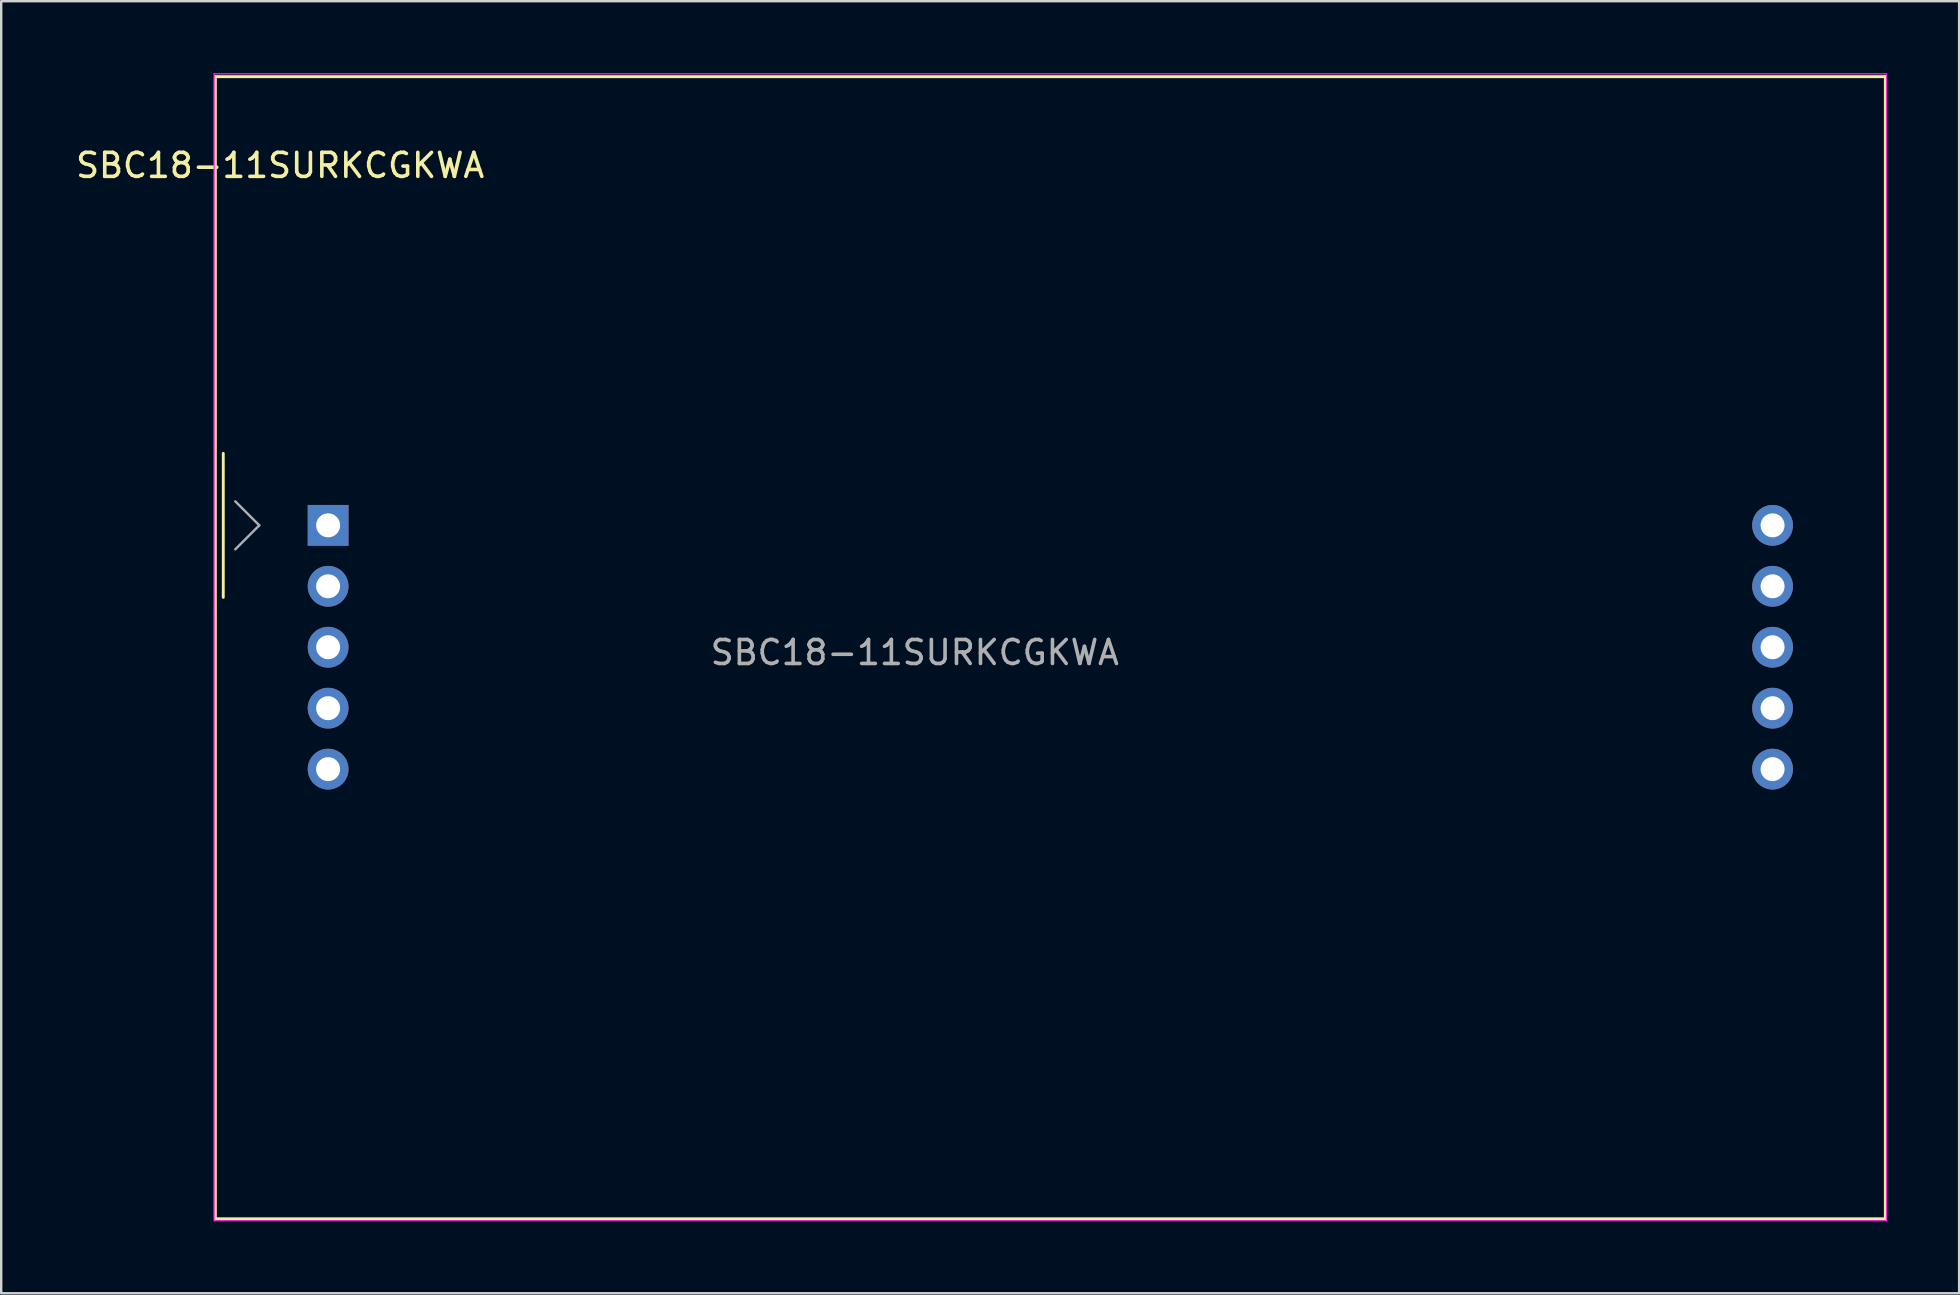
<source format=kicad_pcb>
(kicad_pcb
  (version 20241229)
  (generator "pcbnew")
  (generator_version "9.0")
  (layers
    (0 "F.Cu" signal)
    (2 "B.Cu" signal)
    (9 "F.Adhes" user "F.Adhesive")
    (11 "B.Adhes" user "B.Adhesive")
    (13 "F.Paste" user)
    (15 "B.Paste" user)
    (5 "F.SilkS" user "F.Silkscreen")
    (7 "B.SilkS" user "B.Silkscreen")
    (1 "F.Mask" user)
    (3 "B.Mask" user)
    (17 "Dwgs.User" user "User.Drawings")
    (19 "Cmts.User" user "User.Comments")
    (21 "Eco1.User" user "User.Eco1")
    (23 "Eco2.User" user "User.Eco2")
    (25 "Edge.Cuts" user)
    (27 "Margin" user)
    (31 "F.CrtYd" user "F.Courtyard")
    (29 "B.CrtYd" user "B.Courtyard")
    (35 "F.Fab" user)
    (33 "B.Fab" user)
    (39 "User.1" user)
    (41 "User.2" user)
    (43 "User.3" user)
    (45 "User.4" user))
  (footprint "SBC18-11SURKCGKWA"
    (layer "F.Cu")
    (at 10.625 18.845)
    (property "Reference" "SBC18-11SURKCGKWA" (at -2 -15 0) (layer "F.SilkS") (effects (font (size 1 1) (thickness 0.15))))
    (attr through_hole)
    (fp_line (start -4.7 -18.7) (end 64.9 -18.7) (stroke (width 0.12) (type solid)) (layer "F.SilkS"))
    (fp_line (start -4.7 28.9) (end -4.7 -18.7) (stroke (width 0.12) (type solid)) (layer "F.SilkS"))
    (fp_line (start -4.37 -3) (end -4.37 3) (stroke (width 0.12) (type solid)) (layer "F.SilkS"))
    (fp_line (start 64.9 -18.7) (end 64.9 28.9) (stroke (width 0.12) (type solid)) (layer "F.SilkS"))
    (fp_line (start 64.9 28.9) (end -4.7 28.9) (stroke (width 0.12) (type solid)) (layer "F.SilkS"))
    (fp_line (start -4.75 -18.82) (end 64.95 -18.82) (stroke (width 0.05) (type solid)) (layer "F.CrtYd"))
    (fp_line (start -4.75 28.98) (end -4.75 -18.82) (stroke (width 0.05) (type solid)) (layer "F.CrtYd"))
    (fp_line (start 64.95 -18.82) (end 64.95 28.98) (stroke (width 0.05) (type solid)) (layer "F.CrtYd"))
    (fp_line (start 64.95 28.98) (end -4.75 28.98) (stroke (width 0.05) (type solid)) (layer "F.CrtYd"))
    (fp_line (start -3.87 1) (end -2.87 0) (stroke (width 0.1) (type solid)) (layer "F.Fab"))
    (fp_line (start -2.87 0) (end -3.87 -1) (stroke (width 0.1) (type solid)) (layer "F.Fab"))
    (fp_text user "${REFERENCE}" (at 24.45 5.3 0) (layer "F.Fab") (effects (font (size 1 1) (thickness 0.15))))
    (pad "1" thru_hole rect (at 0 0) (size 1.7 1.7) (drill 1) (layers "*.Cu" "*.Mask"))
    (pad "2" thru_hole circle (at 0 2.54) (size 1.7 1.7) (drill 1) (layers "*.Cu" "*.Mask"))
    (pad "3" thru_hole circle (at 0 5.08) (size 1.7 1.7) (drill 1) (layers "*.Cu" "*.Mask"))
    (pad "4" thru_hole circle (at 0 7.62) (size 1.7 1.7) (drill 1) (layers "*.Cu" "*.Mask"))
    (pad "5" thru_hole circle (at 0 10.16) (size 1.7 1.7) (drill 1) (layers "*.Cu" "*.Mask"))
    (pad "6" thru_hole circle (at 60.2 10.16) (size 1.7 1.7) (drill 1) (layers "*.Cu" "*.Mask"))
    (pad "7" thru_hole circle (at 60.2 7.62) (size 1.7 1.7) (drill 1) (layers "*.Cu" "*.Mask"))
    (pad "8" thru_hole circle (at 60.2 5.08) (size 1.7 1.7) (drill 1) (layers "*.Cu" "*.Mask"))
    (pad "9" thru_hole circle (at 60.2 2.54) (size 1.7 1.7) (drill 1) (layers "*.Cu" "*.Mask"))
    (pad "10" thru_hole circle (at 60.2 0) (size 1.7 1.7) (drill 1) (layers "*.Cu" "*.Mask")))
  (gr_rect
    (start -3 -3)
    (end 78.6 50.85)
    (stroke (width 0.1) (type default))
    (fill no)
    (layer "Edge.Cuts")))
</source>
